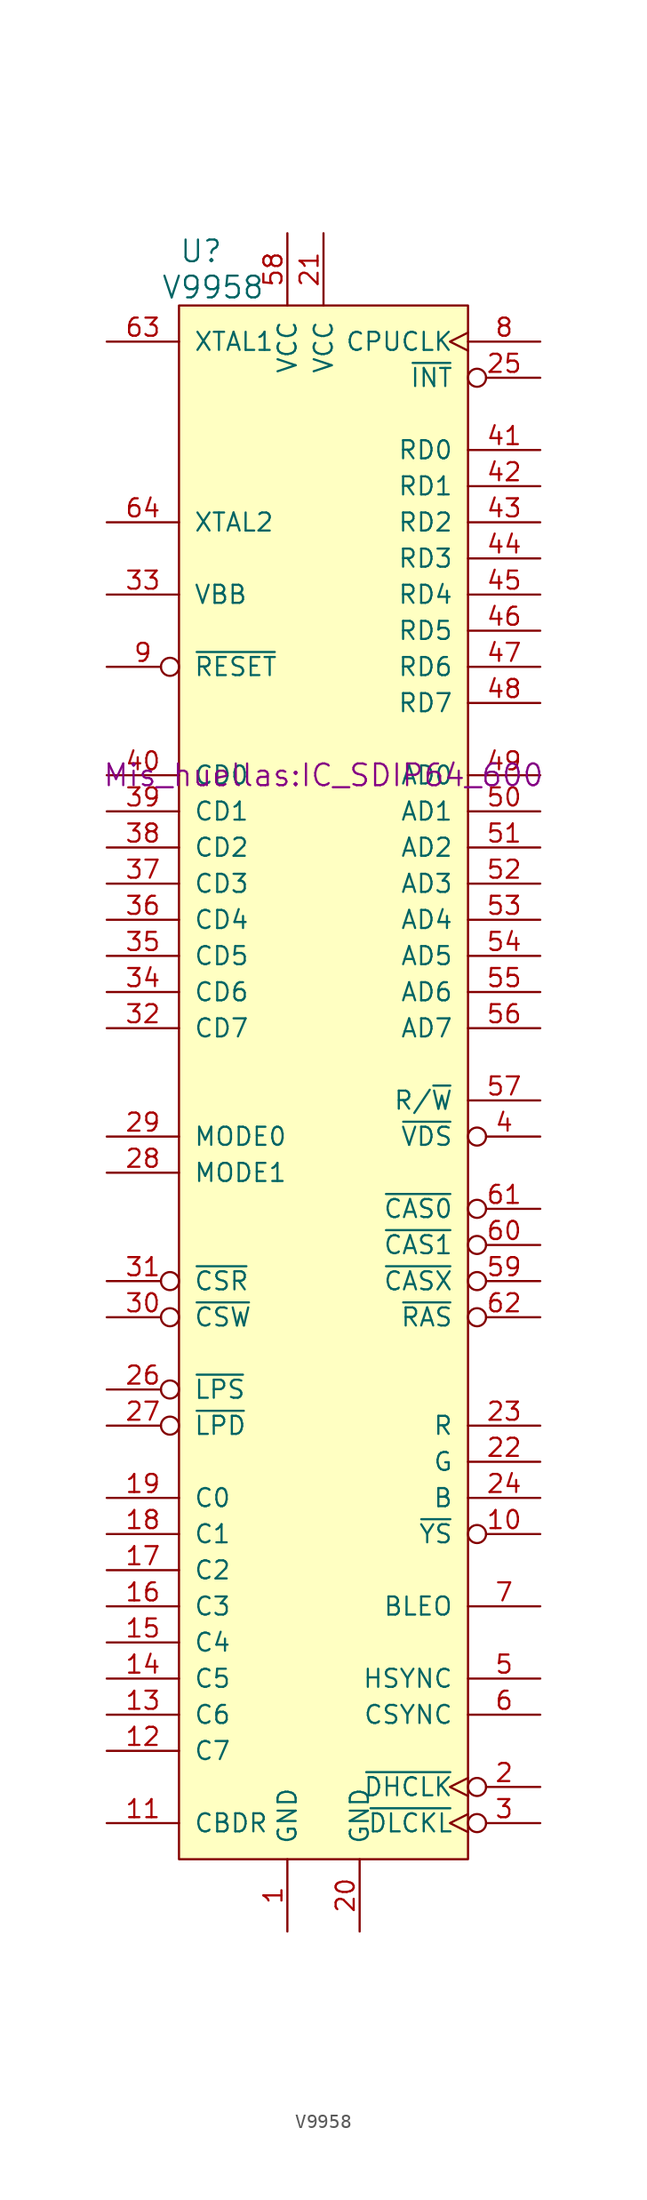
<source format=kicad_sym>
(kicad_symbol_lib
  (version 20220914)
  (generator kicad_symbol_editor)
  (symbol "V9958"
    (pin_names
      (offset 1.016))
    (property "Reference" "U"
      (at -10.16 58.42 0)
      (effects (font (size 1.524 1.524)) (justify left)))
    (property "Value" "V9958"
      (at -11.43 55.88 0)
      (effects (font (size 1.524 1.524)) (justify left)))
    (property "Footprint" "Mis_huellas:IC_SDIP64_600"
      (at 0 21.59 0)
      (effects (font (size 1.524 1.524))))
    (property "Datasheet" ""
      (at 0 21.59 0)
      (effects (font (size 1.524 1.524))))
    (symbol "V9958_0_1"
      (rectangle (start -10.16 54.61) (end 10.16 -54.61) (stroke (width 0) (type default)) (fill (type background))))
    (symbol "V9958_1_1"
      (pin power_in line (at -2.54 -59.69 90) (length 5.08) (name "GND" (effects (font (size 1.27 1.27)))) (number "1" (effects (font (size 1.27 1.27)))))
      (pin output inverted (at 15.24 -31.75 180) (length 5.08) (name "~{YS}" (effects (font (size 1.27 1.27)))) (number "10" (effects (font (size 1.27 1.27)))))
      (pin output line (at -15.24 -52.07 0) (length 5.08) (name "CBDR" (effects (font (size 1.27 1.27)))) (number "11" (effects (font (size 1.27 1.27)))))
      (pin tri_state line (at -15.24 -46.99 0) (length 5.08) (name "C7" (effects (font (size 1.27 1.27)))) (number "12" (effects (font (size 1.27 1.27)))))
      (pin tri_state line (at -15.24 -44.45 0) (length 5.08) (name "C6" (effects (font (size 1.27 1.27)))) (number "13" (effects (font (size 1.27 1.27)))))
      (pin tri_state line (at -15.24 -41.91 0) (length 5.08) (name "C5" (effects (font (size 1.27 1.27)))) (number "14" (effects (font (size 1.27 1.27)))))
      (pin tri_state line (at -15.24 -39.37 0) (length 5.08) (name "C4" (effects (font (size 1.27 1.27)))) (number "15" (effects (font (size 1.27 1.27)))))
      (pin tri_state line (at -15.24 -36.83 0) (length 5.08) (name "C3" (effects (font (size 1.27 1.27)))) (number "16" (effects (font (size 1.27 1.27)))))
      (pin tri_state line (at -15.24 -34.29 0) (length 5.08) (name "C2" (effects (font (size 1.27 1.27)))) (number "17" (effects (font (size 1.27 1.27)))))
      (pin tri_state line (at -15.24 -31.75 0) (length 5.08) (name "C1" (effects (font (size 1.27 1.27)))) (number "18" (effects (font (size 1.27 1.27)))))
      (pin tri_state line (at -15.24 -29.21 0) (length 5.08) (name "C0" (effects (font (size 1.27 1.27)))) (number "19" (effects (font (size 1.27 1.27)))))
      (pin output inverted_clock (at 15.24 -49.53 180) (length 5.08) (name "~{DHCLK}" (effects (font (size 1.27 1.27)))) (number "2" (effects (font (size 1.27 1.27)))))
      (pin power_in line (at 2.54 -59.69 90) (length 5.08) (name "GND" (effects (font (size 1.27 1.27)))) (number "20" (effects (font (size 1.27 1.27)))))
      (pin power_in line (at 0 59.69 270) (length 5.08) (name "VCC" (effects (font (size 1.27 1.27)))) (number "21" (effects (font (size 1.27 1.27)))))
      (pin output line (at 15.24 -26.67 180) (length 5.08) (name "G" (effects (font (size 1.27 1.27)))) (number "22" (effects (font (size 1.27 1.27)))))
      (pin output line (at 15.24 -24.13 180) (length 5.08) (name "R" (effects (font (size 1.27 1.27)))) (number "23" (effects (font (size 1.27 1.27)))))
      (pin output line (at 15.24 -29.21 180) (length 5.08) (name "B" (effects (font (size 1.27 1.27)))) (number "24" (effects (font (size 1.27 1.27)))))
      (pin open_collector inverted (at 15.24 49.53 180) (length 5.08) (name "~{INT}" (effects (font (size 1.27 1.27)))) (number "25" (effects (font (size 1.27 1.27)))))
      (pin input inverted (at -15.24 -21.59 0) (length 5.08) (name "~{LPS}" (effects (font (size 1.27 1.27)))) (number "26" (effects (font (size 1.27 1.27)))))
      (pin input inverted (at -15.24 -24.13 0) (length 5.08) (name "~{LPD}" (effects (font (size 1.27 1.27)))) (number "27" (effects (font (size 1.27 1.27)))))
      (pin input line (at -15.24 -6.35 0) (length 5.08) (name "MODE1" (effects (font (size 1.27 1.27)))) (number "28" (effects (font (size 1.27 1.27)))))
      (pin input line (at -15.24 -3.81 0) (length 5.08) (name "MODE0" (effects (font (size 1.27 1.27)))) (number "29" (effects (font (size 1.27 1.27)))))
      (pin output inverted_clock (at 15.24 -52.07 180) (length 5.08) (name "~{DLCKL}" (effects (font (size 1.27 1.27)))) (number "3" (effects (font (size 1.27 1.27)))))
      (pin input inverted (at -15.24 -16.51 0) (length 5.08) (name "~{CSW}" (effects (font (size 1.27 1.27)))) (number "30" (effects (font (size 1.27 1.27)))))
      (pin input inverted (at -15.24 -13.97 0) (length 5.08) (name "~{CSR}" (effects (font (size 1.27 1.27)))) (number "31" (effects (font (size 1.27 1.27)))))
      (pin tri_state line (at -15.24 3.81 0) (length 5.08) (name "CD7" (effects (font (size 1.27 1.27)))) (number "32" (effects (font (size 1.27 1.27)))))
      (pin output line (at -15.24 34.29 0) (length 5.08) (name "VBB" (effects (font (size 1.27 1.27)))) (number "33" (effects (font (size 1.27 1.27)))))
      (pin tri_state line (at -15.24 6.35 0) (length 5.08) (name "CD6" (effects (font (size 1.27 1.27)))) (number "34" (effects (font (size 1.27 1.27)))))
      (pin tri_state line (at -15.24 8.89 0) (length 5.08) (name "CD5" (effects (font (size 1.27 1.27)))) (number "35" (effects (font (size 1.27 1.27)))))
      (pin tri_state line (at -15.24 11.43 0) (length 5.08) (name "CD4" (effects (font (size 1.27 1.27)))) (number "36" (effects (font (size 1.27 1.27)))))
      (pin tri_state line (at -15.24 13.97 0) (length 5.08) (name "CD3" (effects (font (size 1.27 1.27)))) (number "37" (effects (font (size 1.27 1.27)))))
      (pin tri_state line (at -15.24 16.51 0) (length 5.08) (name "CD2" (effects (font (size 1.27 1.27)))) (number "38" (effects (font (size 1.27 1.27)))))
      (pin tri_state line (at -15.24 19.05 0) (length 5.08) (name "CD1" (effects (font (size 1.27 1.27)))) (number "39" (effects (font (size 1.27 1.27)))))
      (pin output inverted (at 15.24 -3.81 180) (length 5.08) (name "~{VDS}" (effects (font (size 1.27 1.27)))) (number "4" (effects (font (size 1.27 1.27)))))
      (pin tri_state line (at -15.24 21.59 0) (length 5.08) (name "CD0" (effects (font (size 1.27 1.27)))) (number "40" (effects (font (size 1.27 1.27)))))
      (pin tri_state line (at 15.24 44.45 180) (length 5.08) (name "RD0" (effects (font (size 1.27 1.27)))) (number "41" (effects (font (size 1.27 1.27)))))
      (pin tri_state line (at 15.24 41.91 180) (length 5.08) (name "RD1" (effects (font (size 1.27 1.27)))) (number "42" (effects (font (size 1.27 1.27)))))
      (pin tri_state line (at 15.24 39.37 180) (length 5.08) (name "RD2" (effects (font (size 1.27 1.27)))) (number "43" (effects (font (size 1.27 1.27)))))
      (pin tri_state line (at 15.24 36.83 180) (length 5.08) (name "RD3" (effects (font (size 1.27 1.27)))) (number "44" (effects (font (size 1.27 1.27)))))
      (pin tri_state line (at 15.24 34.29 180) (length 5.08) (name "RD4" (effects (font (size 1.27 1.27)))) (number "45" (effects (font (size 1.27 1.27)))))
      (pin tri_state line (at 15.24 31.75 180) (length 5.08) (name "RD5" (effects (font (size 1.27 1.27)))) (number "46" (effects (font (size 1.27 1.27)))))
      (pin tri_state line (at 15.24 29.21 180) (length 5.08) (name "RD6" (effects (font (size 1.27 1.27)))) (number "47" (effects (font (size 1.27 1.27)))))
      (pin tri_state line (at 15.24 26.67 180) (length 5.08) (name "RD7" (effects (font (size 1.27 1.27)))) (number "48" (effects (font (size 1.27 1.27)))))
      (pin output line (at 15.24 21.59 180) (length 5.08) (name "AD0" (effects (font (size 1.27 1.27)))) (number "49" (effects (font (size 1.27 1.27)))))
      (pin bidirectional line (at 15.24 -41.91 180) (length 5.08) (name "HSYNC" (effects (font (size 1.27 1.27)))) (number "5" (effects (font (size 1.27 1.27)))))
      (pin output line (at 15.24 19.05 180) (length 5.08) (name "AD1" (effects (font (size 1.27 1.27)))) (number "50" (effects (font (size 1.27 1.27)))))
      (pin output line (at 15.24 16.51 180) (length 5.08) (name "AD2" (effects (font (size 1.27 1.27)))) (number "51" (effects (font (size 1.27 1.27)))))
      (pin output line (at 15.24 13.97 180) (length 5.08) (name "AD3" (effects (font (size 1.27 1.27)))) (number "52" (effects (font (size 1.27 1.27)))))
      (pin output line (at 15.24 11.43 180) (length 5.08) (name "AD4" (effects (font (size 1.27 1.27)))) (number "53" (effects (font (size 1.27 1.27)))))
      (pin output line (at 15.24 8.89 180) (length 5.08) (name "AD5" (effects (font (size 1.27 1.27)))) (number "54" (effects (font (size 1.27 1.27)))))
      (pin output line (at 15.24 6.35 180) (length 5.08) (name "AD6" (effects (font (size 1.27 1.27)))) (number "55" (effects (font (size 1.27 1.27)))))
      (pin output line (at 15.24 3.81 180) (length 5.08) (name "AD7" (effects (font (size 1.27 1.27)))) (number "56" (effects (font (size 1.27 1.27)))))
      (pin output line (at 15.24 -1.27 180) (length 5.08) (name "R/~{W}" (effects (font (size 1.27 1.27)))) (number "57" (effects (font (size 1.27 1.27)))))
      (pin power_in line (at -2.54 59.69 270) (length 5.08) (name "VCC" (effects (font (size 1.27 1.27)))) (number "58" (effects (font (size 1.27 1.27)))))
      (pin output inverted (at 15.24 -13.97 180) (length 5.08) (name "~{CASX}" (effects (font (size 1.27 1.27)))) (number "59" (effects (font (size 1.27 1.27)))))
      (pin bidirectional line (at 15.24 -44.45 180) (length 5.08) (name "CSYNC" (effects (font (size 1.27 1.27)))) (number "6" (effects (font (size 1.27 1.27)))))
      (pin output inverted (at 15.24 -11.43 180) (length 5.08) (name "~{CAS1}" (effects (font (size 1.27 1.27)))) (number "60" (effects (font (size 1.27 1.27)))))
      (pin output inverted (at 15.24 -8.89 180) (length 5.08) (name "~{CAS0}" (effects (font (size 1.27 1.27)))) (number "61" (effects (font (size 1.27 1.27)))))
      (pin output inverted (at 15.24 -16.51 180) (length 5.08) (name "~{RAS}" (effects (font (size 1.27 1.27)))) (number "62" (effects (font (size 1.27 1.27)))))
      (pin input line (at -15.24 52.07 0) (length 5.08) (name "XTAL1" (effects (font (size 1.27 1.27)))) (number "63" (effects (font (size 1.27 1.27)))))
      (pin input line (at -15.24 39.37 0) (length 5.08) (name "XTAL2" (effects (font (size 1.27 1.27)))) (number "64" (effects (font (size 1.27 1.27)))))
      (pin output line (at 15.24 -36.83 180) (length 5.08) (name "BLEO" (effects (font (size 1.27 1.27)))) (number "7" (effects (font (size 1.27 1.27)))))
      (pin output clock (at 15.24 52.07 180) (length 5.08) (name "CPUCLK" (effects (font (size 1.27 1.27)))) (number "8" (effects (font (size 1.27 1.27)))))
      (pin input inverted (at -15.24 29.21 0) (length 5.08) (name "~{RESET}" (effects (font (size 1.27 1.27)))) (number "9" (effects (font (size 1.27 1.27))))))))
</source>
